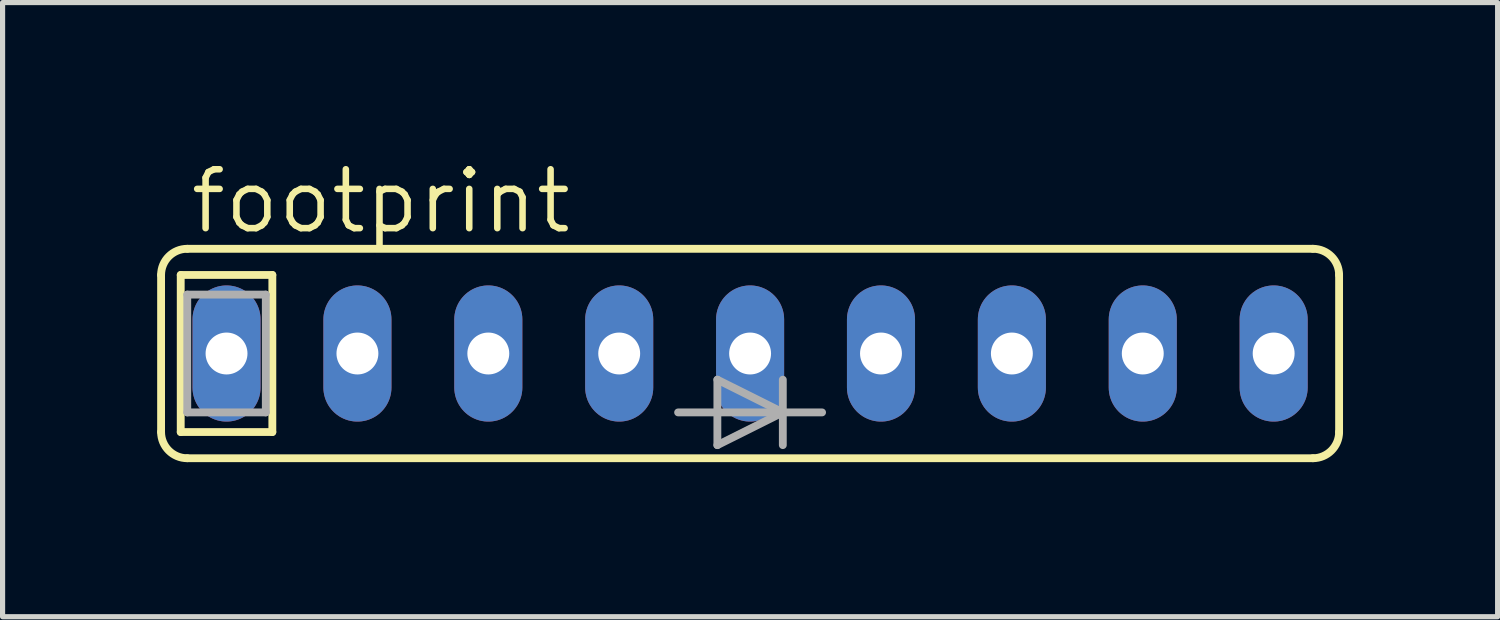
<source format=kicad_pcb>
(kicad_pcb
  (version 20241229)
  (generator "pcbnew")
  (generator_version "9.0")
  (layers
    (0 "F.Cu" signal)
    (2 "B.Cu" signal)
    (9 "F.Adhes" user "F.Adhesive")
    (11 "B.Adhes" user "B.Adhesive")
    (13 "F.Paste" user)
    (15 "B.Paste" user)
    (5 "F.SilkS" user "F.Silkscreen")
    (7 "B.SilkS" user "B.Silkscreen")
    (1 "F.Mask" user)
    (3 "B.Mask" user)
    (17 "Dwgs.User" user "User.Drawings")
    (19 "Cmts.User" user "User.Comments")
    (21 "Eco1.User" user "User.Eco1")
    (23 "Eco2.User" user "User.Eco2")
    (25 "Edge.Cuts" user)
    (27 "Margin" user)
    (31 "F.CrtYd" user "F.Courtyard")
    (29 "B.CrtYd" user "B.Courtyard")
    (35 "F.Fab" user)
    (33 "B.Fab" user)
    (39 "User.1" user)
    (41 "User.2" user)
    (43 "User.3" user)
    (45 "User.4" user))
  (footprint "footprint"
    (layer "F.Cu")
    (at 11.506 3.81)
    (property "Reference" "footprint" (at -10.922 -2.286 0) (layer "F.SilkS") (effects (font (size 1.143 1.143) (thickness 0.127)) (justify left bottom)))
    (fp_line (start -11.43 1.524) (end -11.43 -1.524) (stroke (width 0.152) (type solid)) (layer "F.SilkS"))
    (fp_line (start -11.049 -1.524) (end -9.271 -1.524) (stroke (width 0.152) (type solid)) (layer "F.SilkS"))
    (fp_line (start -11.049 1.524) (end -11.049 -1.524) (stroke (width 0.152) (type solid)) (layer "F.SilkS"))
    (fp_line (start -10.922 2.032) (end 10.922 2.032) (stroke (width 0.152) (type solid)) (layer "F.SilkS"))
    (fp_line (start -9.271 -1.524) (end -9.271 1.524) (stroke (width 0.152) (type solid)) (layer "F.SilkS"))
    (fp_line (start -9.271 1.524) (end -11.049 1.524) (stroke (width 0.152) (type solid)) (layer "F.SilkS"))
    (fp_line (start 10.922 -2.032) (end -10.922 -2.032) (stroke (width 0.152) (type solid)) (layer "F.SilkS"))
    (fp_line (start 11.43 -1.524) (end 11.43 1.524) (stroke (width 0.152) (type solid)) (layer "F.SilkS"))
    (fp_arc (start -11.43 -1.524) (mid -11.28121 -1.88321) (end -10.922 -2.032) (stroke (width 0.1524) (type solid)) (layer "F.SilkS"))
    (fp_arc (start -10.922 2.032) (mid -11.28121 1.88321) (end -11.43 1.524) (stroke (width 0.1524) (type solid)) (layer "F.SilkS"))
    (fp_arc (start 10.922 -2.032) (mid 11.28121 -1.88321) (end 11.43 -1.524) (stroke (width 0.1524) (type solid)) (layer "F.SilkS"))
    (fp_arc (start 11.43 1.524) (mid 11.28121 1.88321) (end 10.922 2.032) (stroke (width 0.1524) (type solid)) (layer "F.SilkS"))
    (fp_line (start -10.922 -1.143) (end -9.398 -1.143) (stroke (width 0.152) (type solid)) (layer "F.Fab"))
    (fp_line (start -10.922 1.143) (end -10.922 -1.143) (stroke (width 0.152) (type solid)) (layer "F.Fab"))
    (fp_line (start -9.398 -1.143) (end -9.398 1.143) (stroke (width 0.152) (type solid)) (layer "F.Fab"))
    (fp_line (start -9.398 1.143) (end -10.922 1.143) (stroke (width 0.152) (type solid)) (layer "F.Fab"))
    (fp_line (start -1.397 1.143) (end -0.635 1.143) (stroke (width 0.152) (type solid)) (layer "F.Fab"))
    (fp_line (start -0.635 0.508) (end 0.635 1.143) (stroke (width 0.152) (type solid)) (layer "F.Fab"))
    (fp_line (start -0.635 1.143) (end -0.635 0.508) (stroke (width 0.152) (type solid)) (layer "F.Fab"))
    (fp_line (start -0.635 1.143) (end 0.635 1.143) (stroke (width 0.152) (type solid)) (layer "F.Fab"))
    (fp_line (start -0.635 1.778) (end -0.635 1.143) (stroke (width 0.152) (type solid)) (layer "F.Fab"))
    (fp_line (start 0.635 0.508) (end 0.635 1.143) (stroke (width 0.152) (type solid)) (layer "F.Fab"))
    (fp_line (start 0.635 1.143) (end -0.635 1.778) (stroke (width 0.152) (type solid)) (layer "F.Fab"))
    (fp_line (start 0.635 1.143) (end 0.635 1.778) (stroke (width 0.152) (type solid)) (layer "F.Fab"))
    (fp_line (start 1.397 1.143) (end 0.635 1.143) (stroke (width 0.152) (type solid)) (layer "F.Fab"))
    (pad "1" thru_hole oval (at -10.16 0 90) (size 2.642 1.321) (drill 0.813) (layers "*.Cu" "*.Mask"))
    (pad "2" thru_hole oval (at -7.62 0 90) (size 2.642 1.321) (drill 0.813) (layers "*.Cu" "*.Mask"))
    (pad "3" thru_hole oval (at -5.08 0 90) (size 2.642 1.321) (drill 0.813) (layers "*.Cu" "*.Mask"))
    (pad "4" thru_hole oval (at -2.54 0 90) (size 2.642 1.321) (drill 0.813) (layers "*.Cu" "*.Mask"))
    (pad "5" thru_hole oval (at 0 0 90) (size 2.642 1.321) (drill 0.813) (layers "*.Cu" "*.Mask"))
    (pad "6" thru_hole oval (at 2.54 0 90) (size 2.642 1.321) (drill 0.813) (layers "*.Cu" "*.Mask"))
    (pad "7" thru_hole oval (at 5.08 0 90) (size 2.642 1.321) (drill 0.813) (layers "*.Cu" "*.Mask"))
    (pad "8" thru_hole oval (at 7.62 0 90) (size 2.642 1.321) (drill 0.813) (layers "*.Cu" "*.Mask"))
    (pad "9" thru_hole oval (at 10.16 0 90) (size 2.642 1.321) (drill 0.813) (layers "*.Cu" "*.Mask")))
  (gr_rect
    (start -3 -3)
    (end 26.012 8.918)
    (stroke (width 0.1) (type default))
    (fill no)
    (layer "Edge.Cuts")))
</source>
